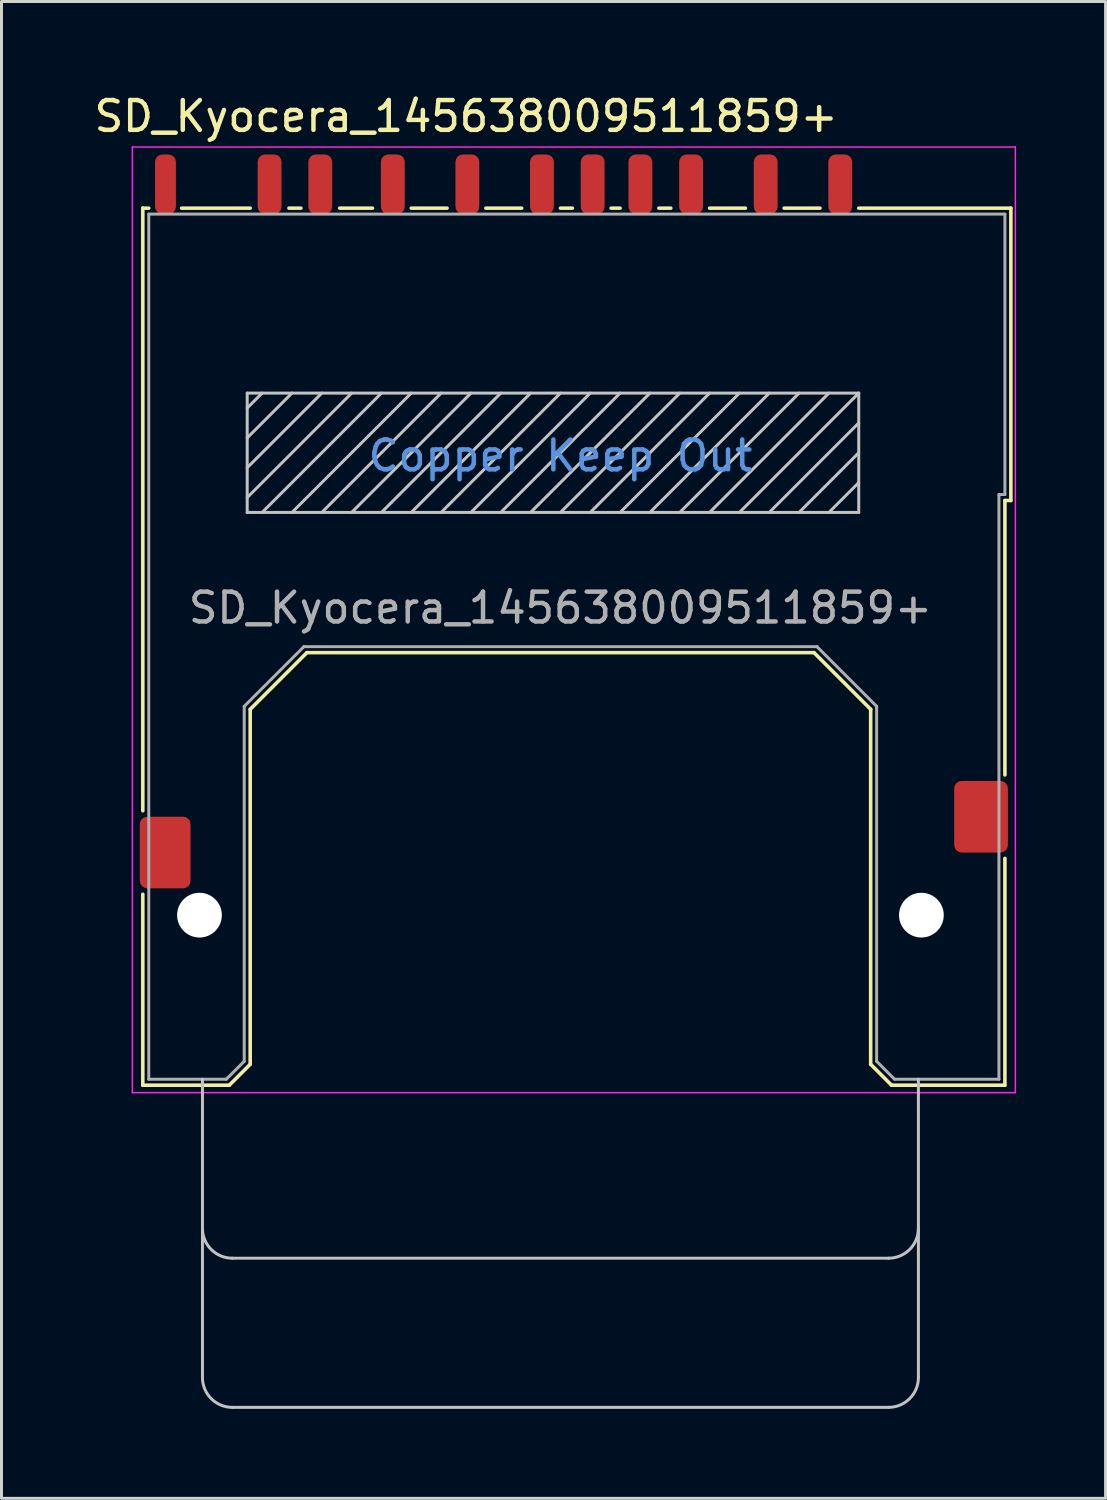
<source format=kicad_pcb>
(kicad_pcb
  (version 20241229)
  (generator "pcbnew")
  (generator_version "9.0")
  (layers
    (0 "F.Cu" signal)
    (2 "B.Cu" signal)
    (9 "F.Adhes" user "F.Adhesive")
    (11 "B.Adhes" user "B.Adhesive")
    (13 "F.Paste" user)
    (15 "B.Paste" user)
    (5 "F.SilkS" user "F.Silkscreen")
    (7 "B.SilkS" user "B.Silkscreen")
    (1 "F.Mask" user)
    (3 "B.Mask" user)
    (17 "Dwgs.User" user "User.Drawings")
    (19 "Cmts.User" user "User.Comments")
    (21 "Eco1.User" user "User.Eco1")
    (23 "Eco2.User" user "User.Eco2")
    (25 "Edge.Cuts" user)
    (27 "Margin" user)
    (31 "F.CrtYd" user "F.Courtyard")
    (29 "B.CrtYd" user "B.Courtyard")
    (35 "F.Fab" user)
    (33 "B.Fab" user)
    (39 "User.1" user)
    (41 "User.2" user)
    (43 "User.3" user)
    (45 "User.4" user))
  (footprint "SD_Kyocera_145638009511859+"
    (layer "F.Cu")
    (at 15.737 15.628)
    (property "Reference" "SD_Kyocera_145638009511859+" (at -3.16 -14.78 180) (layer "F.SilkS") (effects (font (size 1 1) (thickness 0.15))))
    (attr smd)
    (fp_line (start -14 -11.7) (end -14 8.5) (stroke (width 0.12) (type solid)) (layer "F.SilkS"))
    (fp_line (start -14 11.3) (end -14 17.7) (stroke (width 0.12) (type solid)) (layer "F.SilkS"))
    (fp_line (start -14 17.7) (end -11.1 17.7) (stroke (width 0.12) (type solid)) (layer "F.SilkS"))
    (fp_line (start -13.8 -11.7) (end -14 -11.7) (stroke (width 0.12) (type solid)) (layer "F.SilkS"))
    (fp_line (start -10.4 -11.7) (end -12.7 -11.7) (stroke (width 0.12) (type solid)) (layer "F.SilkS"))
    (fp_line (start -10.4 17) (end -11.1 17.7) (stroke (width 0.12) (type solid)) (layer "F.SilkS"))
    (fp_line (start -10.4 17) (end -10.4 5.1) (stroke (width 0.12) (type solid)) (layer "F.SilkS"))
    (fp_line (start -8.7 -11.7) (end -9.1 -11.7) (stroke (width 0.12) (type solid)) (layer "F.SilkS"))
    (fp_line (start -8.5 3.2) (end -10.4 5.1) (stroke (width 0.12) (type solid)) (layer "F.SilkS"))
    (fp_line (start -8.5 3.2) (end 8.5 3.2) (stroke (width 0.12) (type solid)) (layer "F.SilkS"))
    (fp_line (start -6.3 -11.7) (end -7.4 -11.7) (stroke (width 0.12) (type solid)) (layer "F.SilkS"))
    (fp_line (start -3.8 -11.7) (end -5 -11.7) (stroke (width 0.12) (type solid)) (layer "F.SilkS"))
    (fp_line (start -1.3 -11.7) (end -2.5 -11.7) (stroke (width 0.12) (type solid)) (layer "F.SilkS"))
    (fp_line (start 0.4 -11.7) (end 0 -11.7) (stroke (width 0.12) (type solid)) (layer "F.SilkS"))
    (fp_line (start 2 -11.7) (end 1.7 -11.7) (stroke (width 0.12) (type solid)) (layer "F.SilkS"))
    (fp_line (start 3.7 -11.7) (end 3.3 -11.7) (stroke (width 0.12) (type solid)) (layer "F.SilkS"))
    (fp_line (start 6.2 -11.7) (end 5 -11.7) (stroke (width 0.12) (type solid)) (layer "F.SilkS"))
    (fp_line (start 8.5 3.2) (end 10.4 5.1) (stroke (width 0.12) (type solid)) (layer "F.SilkS"))
    (fp_line (start 8.7 -11.7) (end 7.5 -11.7) (stroke (width 0.12) (type solid)) (layer "F.SilkS"))
    (fp_line (start 10.4 17) (end 10.4 5.1) (stroke (width 0.12) (type solid)) (layer "F.SilkS"))
    (fp_line (start 10.4 17) (end 11.1 17.7) (stroke (width 0.12) (type solid)) (layer "F.SilkS"))
    (fp_line (start 14.9 -1.9) (end 14.9 7.3) (stroke (width 0.12) (type solid)) (layer "F.SilkS"))
    (fp_line (start 14.9 -1.9) (end 15.1 -1.9) (stroke (width 0.12) (type solid)) (layer "F.SilkS"))
    (fp_line (start 14.9 10.1) (end 14.9 17.7) (stroke (width 0.12) (type solid)) (layer "F.SilkS"))
    (fp_line (start 14.9 17.7) (end 11.1 17.7) (stroke (width 0.12) (type solid)) (layer "F.SilkS"))
    (fp_line (start 15.1 -11.7) (end 10 -11.7) (stroke (width 0.12) (type solid)) (layer "F.SilkS"))
    (fp_line (start 15.1 -1.9) (end 15.1 -11.7) (stroke (width 0.12) (type solid)) (layer "F.SilkS"))
    (fp_line (start -12 17.5) (end -12 27.5) (stroke (width 0.1) (type solid)) (layer "Dwgs.User"))
    (fp_line (start -11 23.5) (end 11 23.5) (stroke (width 0.1) (type solid)) (layer "Dwgs.User"))
    (fp_line (start -11 28.5) (end 11 28.5) (stroke (width 0.1) (type solid)) (layer "Dwgs.User"))
    (fp_line (start -10.5 -5.5) (end 10 -5.5) (stroke (width 0.1) (type solid)) (layer "Dwgs.User"))
    (fp_line (start -10.5 -1.5) (end -10.5 -5.5) (stroke (width 0.1) (type solid)) (layer "Dwgs.User"))
    (fp_line (start -10 -5.5) (end -10.5 -5) (stroke (width 0.1) (type solid)) (layer "Dwgs.User"))
    (fp_line (start -9 -5.5) (end -10.5 -4) (stroke (width 0.1) (type solid)) (layer "Dwgs.User"))
    (fp_line (start -8 -5.5) (end -10.5 -3) (stroke (width 0.1) (type solid)) (layer "Dwgs.User"))
    (fp_line (start -7 -5.5) (end -10.5 -2) (stroke (width 0.1) (type solid)) (layer "Dwgs.User"))
    (fp_line (start -6 -5.5) (end -10 -1.5) (stroke (width 0.1) (type solid)) (layer "Dwgs.User"))
    (fp_line (start -5 -5.5) (end -9 -1.5) (stroke (width 0.1) (type solid)) (layer "Dwgs.User"))
    (fp_line (start -4 -5.5) (end -8 -1.5) (stroke (width 0.1) (type solid)) (layer "Dwgs.User"))
    (fp_line (start -3 -5.5) (end -7 -1.5) (stroke (width 0.1) (type solid)) (layer "Dwgs.User"))
    (fp_line (start -2 -5.5) (end -6 -1.5) (stroke (width 0.1) (type solid)) (layer "Dwgs.User"))
    (fp_line (start -1 -5.5) (end -5 -1.5) (stroke (width 0.1) (type solid)) (layer "Dwgs.User"))
    (fp_line (start 0 -5.5) (end -4 -1.5) (stroke (width 0.1) (type solid)) (layer "Dwgs.User"))
    (fp_line (start 1 -5.5) (end -3 -1.5) (stroke (width 0.1) (type solid)) (layer "Dwgs.User"))
    (fp_line (start 2 -5.5) (end -2 -1.5) (stroke (width 0.1) (type solid)) (layer "Dwgs.User"))
    (fp_line (start 3 -5.5) (end -1 -1.5) (stroke (width 0.1) (type solid)) (layer "Dwgs.User"))
    (fp_line (start 4 -5.5) (end 0 -1.5) (stroke (width 0.1) (type solid)) (layer "Dwgs.User"))
    (fp_line (start 5 -5.5) (end 1 -1.5) (stroke (width 0.1) (type solid)) (layer "Dwgs.User"))
    (fp_line (start 6 -5.5) (end 2 -1.5) (stroke (width 0.1) (type solid)) (layer "Dwgs.User"))
    (fp_line (start 7 -5.5) (end 3 -1.5) (stroke (width 0.1) (type solid)) (layer "Dwgs.User"))
    (fp_line (start 8 -5.5) (end 4 -1.5) (stroke (width 0.1) (type solid)) (layer "Dwgs.User"))
    (fp_line (start 9 -5.5) (end 5 -1.5) (stroke (width 0.1) (type solid)) (layer "Dwgs.User"))
    (fp_line (start 10 -5.5) (end 6 -1.5) (stroke (width 0.1) (type solid)) (layer "Dwgs.User"))
    (fp_line (start 10 -5.5) (end 10 -1.5) (stroke (width 0.1) (type solid)) (layer "Dwgs.User"))
    (fp_line (start 10 -4.5) (end 7 -1.5) (stroke (width 0.1) (type solid)) (layer "Dwgs.User"))
    (fp_line (start 10 -3.5) (end 8 -1.5) (stroke (width 0.1) (type solid)) (layer "Dwgs.User"))
    (fp_line (start 10 -2.5) (end 9 -1.5) (stroke (width 0.1) (type solid)) (layer "Dwgs.User"))
    (fp_line (start 10 -1.5) (end -10.5 -1.5) (stroke (width 0.1) (type solid)) (layer "Dwgs.User"))
    (fp_line (start 12 27.5) (end 12 17.5) (stroke (width 0.1) (type solid)) (layer "Dwgs.User"))
    (fp_arc (start -11 23.5) (mid -11.707107 23.207107) (end -12 22.5) (stroke (width 0.1) (type solid)) (layer "Dwgs.User"))
    (fp_arc (start -11 28.5) (mid -11.707107 28.207107) (end -12 27.5) (stroke (width 0.1) (type solid)) (layer "Dwgs.User"))
    (fp_arc (start 12 22.5) (mid 11.707107 23.207107) (end 11 23.5) (stroke (width 0.1) (type solid)) (layer "Dwgs.User"))
    (fp_arc (start 12 27.5) (mid 11.707107 28.207107) (end 11 28.5) (stroke (width 0.1) (type solid)) (layer "Dwgs.User"))
    (fp_line (start -14.35 -13.75) (end 15.25 -13.75) (stroke (width 0.05) (type solid)) (layer "F.CrtYd"))
    (fp_line (start -14.35 17.95) (end -14.35 -13.75) (stroke (width 0.05) (type solid)) (layer "F.CrtYd"))
    (fp_line (start 15.25 -13.75) (end 15.25 17.95) (stroke (width 0.05) (type solid)) (layer "F.CrtYd"))
    (fp_line (start 15.25 17.95) (end -14.35 17.95) (stroke (width 0.05) (type solid)) (layer "F.CrtYd"))
    (fp_line (start -13.8 -11.5) (end -13.8 17.5) (stroke (width 0.1) (type solid)) (layer "F.Fab"))
    (fp_line (start -13.8 17.5) (end -11.2 17.5) (stroke (width 0.1) (type solid)) (layer "F.Fab"))
    (fp_line (start -10.6 16.9) (end -11.2 17.5) (stroke (width 0.1) (type solid)) (layer "F.Fab"))
    (fp_line (start -10.6 16.9) (end -10.6 5) (stroke (width 0.1) (type solid)) (layer "F.Fab"))
    (fp_line (start -8.6 3) (end -10.6 5) (stroke (width 0.1) (type solid)) (layer "F.Fab"))
    (fp_line (start -8.6 3) (end 8.6 3) (stroke (width 0.1) (type solid)) (layer "F.Fab"))
    (fp_line (start 10.6 5) (end 8.6 3) (stroke (width 0.1) (type solid)) (layer "F.Fab"))
    (fp_line (start 10.6 5) (end 10.6 16.9) (stroke (width 0.1) (type solid)) (layer "F.Fab"))
    (fp_line (start 11.2 17.5) (end 10.6 16.9) (stroke (width 0.1) (type solid)) (layer "F.Fab"))
    (fp_line (start 11.2 17.5) (end 14.7 17.5) (stroke (width 0.1) (type solid)) (layer "F.Fab"))
    (fp_line (start 14.7 -2.1) (end 14.9 -2.1) (stroke (width 0.1) (type solid)) (layer "F.Fab"))
    (fp_line (start 14.7 17.5) (end 14.7 -2.1) (stroke (width 0.1) (type solid)) (layer "F.Fab"))
    (fp_line (start 14.9 -11.5) (end -13.8 -11.5) (stroke (width 0.1) (type solid)) (layer "F.Fab"))
    (fp_line (start 14.9 -2.1) (end 14.9 -11.5) (stroke (width 0.1) (type solid)) (layer "F.Fab"))
    (fp_text user "Copper Keep Out" (at 0 -3.4 180) (layer "Cmts.User") (effects (font (size 1 1) (thickness 0.15))))
    (fp_text user "${REFERENCE}" (at 0 1.7 180) (layer "F.Fab") (effects (font (size 1 1) (thickness 0.15))))
    (pad "" np_thru_hole circle (at -12.1 12 180) (size 1.5 1.5) (drill 1.5) (layers "*.Cu" "*.Mask"))
    (pad "" np_thru_hole circle (at 12.1 12 180) (size 1.5 1.5) (drill 1.5) (layers "*.Cu" "*.Mask"))
    (pad "1" smd roundrect (at 6.88 -12.5) (size 0.8 2) (layers "F.Cu" "F.Mask" "F.Paste") (roundrect_rratio 0.313))
    (pad "2" smd roundrect (at 4.38 -12.5) (size 0.8 2) (layers "F.Cu" "F.Mask" "F.Paste") (roundrect_rratio 0.313))
    (pad "3" smd roundrect (at 1.08 -12.5) (size 0.8 2) (layers "F.Cu" "F.Mask" "F.Paste") (roundrect_rratio 0.313))
    (pad "4" smd roundrect (at -0.62 -12.5) (size 0.8 2) (layers "F.Cu" "F.Mask" "F.Paste") (roundrect_rratio 0.313))
    (pad "5" smd roundrect (at -3.12 -12.5) (size 0.8 2) (layers "F.Cu" "F.Mask" "F.Paste") (roundrect_rratio 0.313))
    (pad "6" smd roundrect (at -5.62 -12.5) (size 0.8 2) (layers "F.Cu" "F.Mask" "F.Paste") (roundrect_rratio 0.313))
    (pad "7" smd roundrect (at -8.05 -12.5) (size 0.8 2) (layers "F.Cu" "F.Mask" "F.Paste") (roundrect_rratio 0.313))
    (pad "8" smd roundrect (at -9.75 -12.5) (size 0.8 2) (layers "F.Cu" "F.Mask" "F.Paste") (roundrect_rratio 0.313))
    (pad "9" smd roundrect (at 9.38 -12.5) (size 0.8 2) (layers "F.Cu" "F.Mask" "F.Paste") (roundrect_rratio 0.313))
    (pad "10" smd roundrect (at 2.68 -12.5) (size 0.8 2) (layers "F.Cu" "F.Mask" "F.Paste") (roundrect_rratio 0.313))
    (pad "11" smd roundrect (at -13.24 -12.5) (size 0.7 2) (layers "F.Cu" "F.Mask" "F.Paste") (roundrect_rratio 0.357))
    (pad "12" smd roundrect (at 14.1 8.7) (size 1.8 2.4) (layers "F.Cu" "F.Mask" "F.Paste") (roundrect_rratio 0.139))
    (pad "13" smd roundrect (at -13.25 9.9) (size 1.7 2.4) (layers "F.Cu" "F.Mask" "F.Paste") (roundrect_rratio 0.147)))
  (gr_rect
    (start -3 -3)
    (end 34.012 47.178)
    (stroke (width 0.1) (type default))
    (fill no)
    (layer "Edge.Cuts")))
</source>
